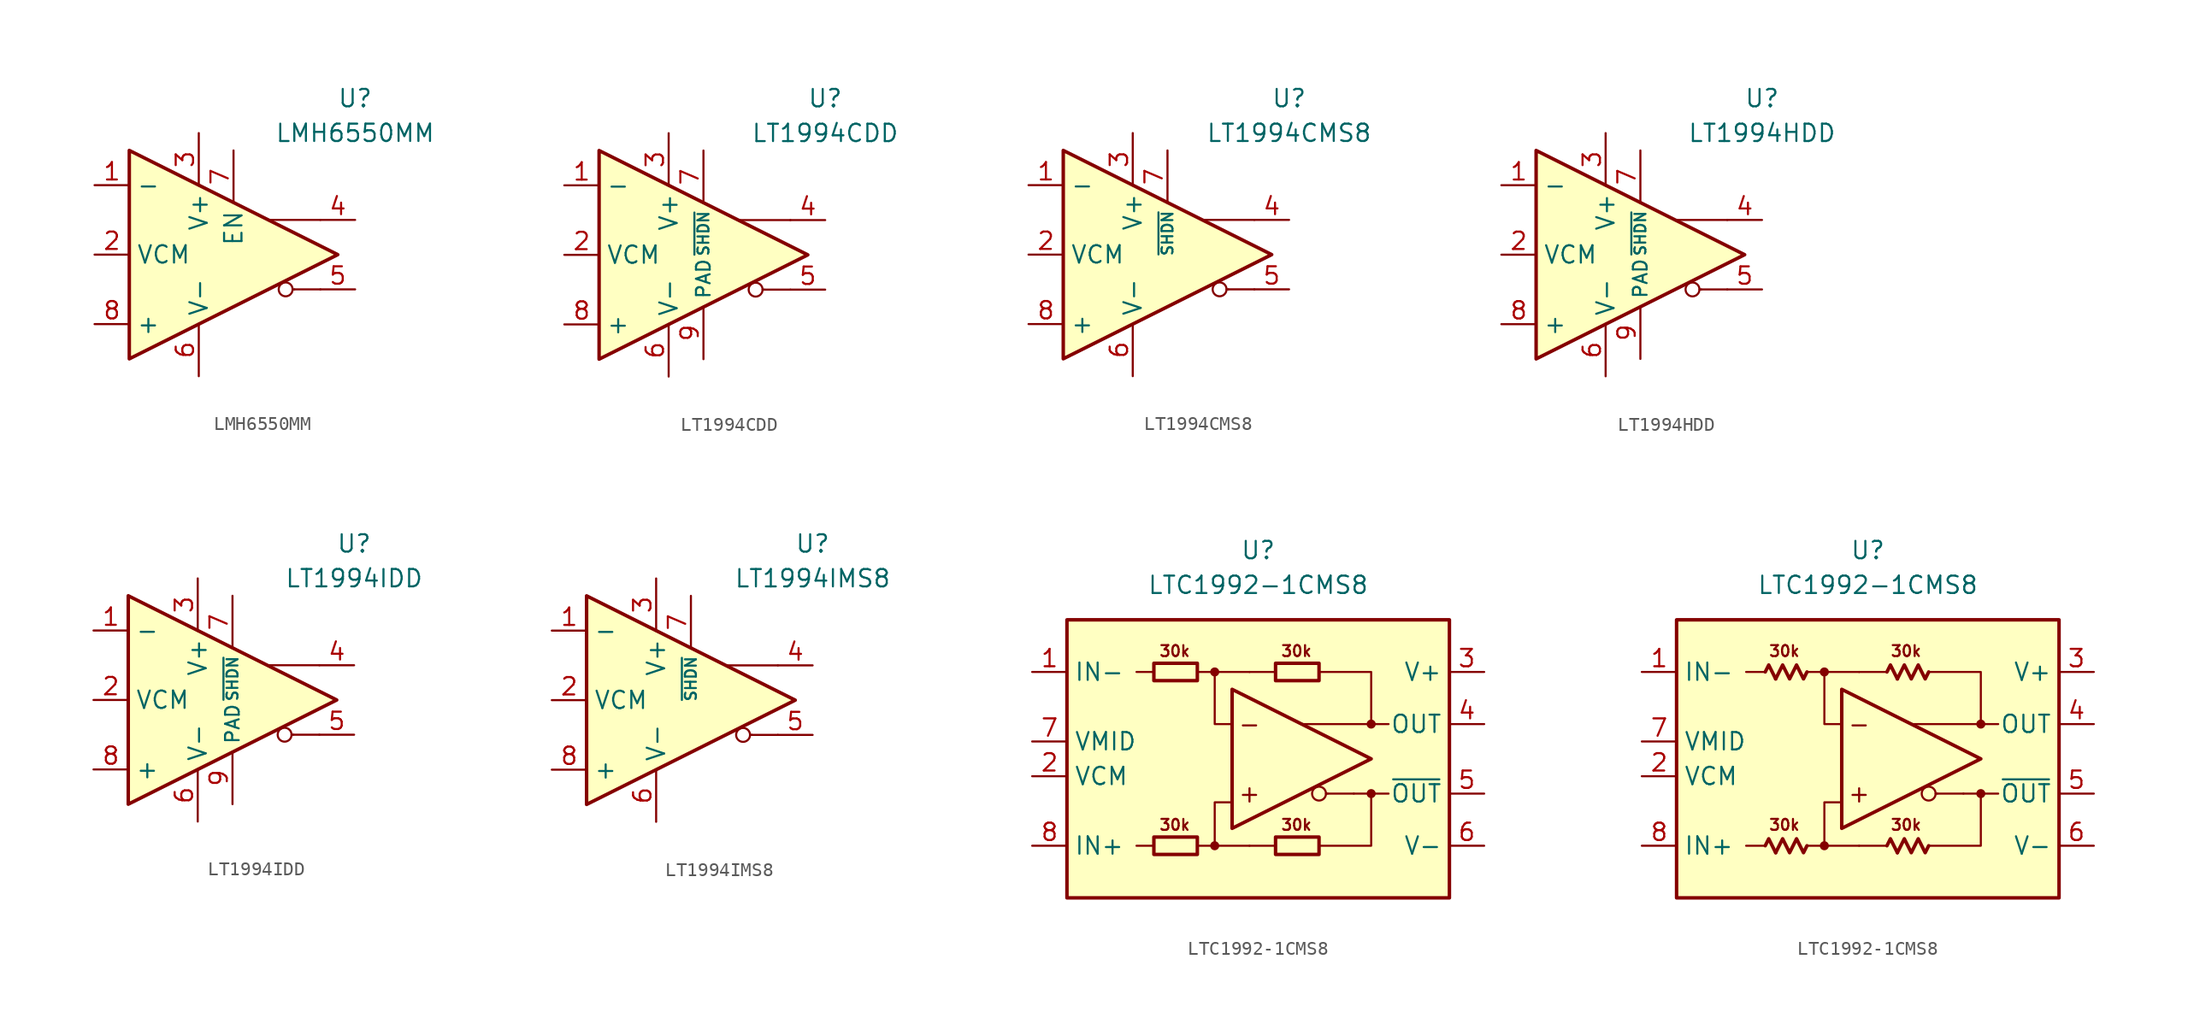
<source format=kicad_sym>
(kicad_symbol_lib
  (version 20231120)
  (generator "kicad_symbol_editor")
  (generator_version "8.0")
  (symbol "LMH6550MM"
    (property "Reference" "U"
      (at 8.89 11.43 0)
      (effects (font (size 1.27 1.27))))
    (property "Value" "LMH6550MM"
      (at 8.89 8.89 0)
      (effects (font (size 1.27 1.27))))
    (symbol "LMH6550MM_0_0"
      (polyline (pts (xy 4.445 -2.54) (xy 4.318 -2.54)) (stroke (width 0.152) (type default)) (fill (type none)))
      (polyline (pts (xy 6.35 -2.54) (xy 4.445 -2.54)) (stroke (width 0.152) (type default)) (fill (type none)))
      (polyline (pts (xy 6.35 2.54) (xy 2.54 2.54)) (stroke (width 0.152) (type default)) (fill (type none)))
      (circle (center 3.81 -2.54) (radius 0.508) (stroke (width 0.152) (type default)) (fill (type none))))
    (symbol "LMH6550MM_0_1"
      (polyline (pts (xy -7.62 7.62) (xy -7.62 -7.62) (xy 7.62 0) (xy -7.62 7.62)) (stroke (width 0.254) (type default)) (fill (type background))))
    (symbol "LMH6550MM_1_1"
      (pin input line (at -10.16 5.08 0) (length 2.54) (name "-" (effects (font (size 1.27 1.27)))) (number "1" (effects (font (size 1.27 1.27)))))
      (pin input line (at -10.16 0 0) (length 2.54) (name "VCM" (effects (font (size 1.27 1.27)))) (number "2" (effects (font (size 1.27 1.27)))))
      (pin power_in line (at -2.54 8.89 270) (length 3.84) (name "V+" (effects (font (size 1.27 1.27)))) (number "3" (effects (font (size 1.27 1.27)))))
      (pin output line (at 8.89 2.54 180) (length 2.54) (name "~" (effects (font (size 1.27 1.27)))) (number "4" (effects (font (size 1.27 1.27)))))
      (pin output line (at 8.89 -2.54 180) (length 2.54) (name "~" (effects (font (size 1.27 1.27)))) (number "5" (effects (font (size 1.27 1.27)))))
      (pin power_in line (at -2.54 -8.89 90) (length 3.84) (name "V-" (effects (font (size 1.27 1.27)))) (number "6" (effects (font (size 1.27 1.27)))))
      (pin input line (at 0 7.62 270) (length 3.84) (name "EN" (effects (font (size 1.27 1.27)))) (number "7" (effects (font (size 1.27 1.27)))))
      (pin input line (at -10.16 -5.08 0) (length 2.54) (name "+" (effects (font (size 1.27 1.27)))) (number "8" (effects (font (size 1.27 1.27)))))))
  (symbol "LT1994CDD"
    (property "Reference" "U"
      (at 8.89 11.43 0)
      (effects (font (size 1.27 1.27))))
    (property "Value" "LT1994CDD"
      (at 8.89 8.89 0)
      (effects (font (size 1.27 1.27))))
    (symbol "LT1994CDD_0_0"
      (polyline (pts (xy 4.445 -2.54) (xy 4.318 -2.54)) (stroke (width 0.152) (type default)) (fill (type none)))
      (polyline (pts (xy 6.35 -2.54) (xy 4.445 -2.54)) (stroke (width 0.152) (type default)) (fill (type none)))
      (polyline (pts (xy 6.35 2.54) (xy 2.54 2.54)) (stroke (width 0.152) (type default)) (fill (type none)))
      (circle (center 3.81 -2.54) (radius 0.508) (stroke (width 0.152) (type default)) (fill (type none))))
    (symbol "LT1994CDD_0_1"
      (polyline (pts (xy -7.62 7.62) (xy -7.62 -7.62) (xy 7.62 0) (xy -7.62 7.62)) (stroke (width 0.254) (type default)) (fill (type background))))
    (symbol "LT1994CDD_1_1"
      (pin input line (at -10.16 5.08 0) (length 2.54) (name "-" (effects (font (size 1.27 1.27)))) (number "1" (effects (font (size 1.27 1.27)))))
      (pin input line (at -10.16 0 0) (length 2.54) (name "VCM" (effects (font (size 1.27 1.27)))) (number "2" (effects (font (size 1.27 1.27)))))
      (pin power_in line (at -2.54 8.89 270) (length 3.84) (name "V+" (effects (font (size 1.27 1.27)))) (number "3" (effects (font (size 1.27 1.27)))))
      (pin output line (at 8.89 2.54 180) (length 2.54) (name "~" (effects (font (size 1.27 1.27)))) (number "4" (effects (font (size 1.27 1.27)))))
      (pin output line (at 8.89 -2.54 180) (length 2.54) (name "~" (effects (font (size 1.27 1.27)))) (number "5" (effects (font (size 1.27 1.27)))))
      (pin power_in line (at -2.54 -8.89 90) (length 3.84) (name "V-" (effects (font (size 1.27 1.27)))) (number "6" (effects (font (size 1.27 1.27)))))
      (pin input line (at 0 7.62 270) (length 3.84) (name "~{SHDN}" (effects (font (size 0.8 0.8)))) (number "7" (effects (font (size 1.27 1.27)))))
      (pin input line (at -10.16 -5.08 0) (length 2.54) (name "+" (effects (font (size 1.27 1.27)))) (number "8" (effects (font (size 1.27 1.27)))))
      (pin power_in line (at 0 -7.62 90) (length 3.84) (name "PAD" (effects (font (size 1 1)))) (number "9" (effects (font (size 1.27 1.27)))))))
  (symbol "LT1994CMS8"
    (property "Reference" "U"
      (at 8.89 11.43 0)
      (effects (font (size 1.27 1.27))))
    (property "Value" "LT1994CMS8"
      (at 8.89 8.89 0)
      (effects (font (size 1.27 1.27))))
    (symbol "LT1994CMS8_0_0"
      (polyline (pts (xy 4.445 -2.54) (xy 4.318 -2.54)) (stroke (width 0.152) (type default)) (fill (type none)))
      (polyline (pts (xy 6.35 -2.54) (xy 4.445 -2.54)) (stroke (width 0.152) (type default)) (fill (type none)))
      (polyline (pts (xy 6.35 2.54) (xy 2.54 2.54)) (stroke (width 0.152) (type default)) (fill (type none)))
      (circle (center 3.81 -2.54) (radius 0.508) (stroke (width 0.152) (type default)) (fill (type none))))
    (symbol "LT1994CMS8_0_1"
      (polyline (pts (xy -7.62 7.62) (xy -7.62 -7.62) (xy 7.62 0) (xy -7.62 7.62)) (stroke (width 0.254) (type default)) (fill (type background))))
    (symbol "LT1994CMS8_1_1"
      (pin input line (at -10.16 5.08 0) (length 2.54) (name "-" (effects (font (size 1.27 1.27)))) (number "1" (effects (font (size 1.27 1.27)))))
      (pin input line (at -10.16 0 0) (length 2.54) (name "VCM" (effects (font (size 1.27 1.27)))) (number "2" (effects (font (size 1.27 1.27)))))
      (pin power_in line (at -2.54 8.89 270) (length 3.84) (name "V+" (effects (font (size 1.27 1.27)))) (number "3" (effects (font (size 1.27 1.27)))))
      (pin output line (at 8.89 2.54 180) (length 2.54) (name "~" (effects (font (size 1.27 1.27)))) (number "4" (effects (font (size 1.27 1.27)))))
      (pin output line (at 8.89 -2.54 180) (length 2.54) (name "~" (effects (font (size 1.27 1.27)))) (number "5" (effects (font (size 1.27 1.27)))))
      (pin power_in line (at -2.54 -8.89 90) (length 3.84) (name "V-" (effects (font (size 1.27 1.27)))) (number "6" (effects (font (size 1.27 1.27)))))
      (pin input line (at 0 7.62 270) (length 3.84) (name "~{SHDN}" (effects (font (size 0.8 0.8)))) (number "7" (effects (font (size 1.27 1.27)))))
      (pin input line (at -10.16 -5.08 0) (length 2.54) (name "+" (effects (font (size 1.27 1.27)))) (number "8" (effects (font (size 1.27 1.27)))))))
  (symbol "LT1994HDD"
    (property "Reference" "U"
      (at 8.89 11.43 0)
      (effects (font (size 1.27 1.27))))
    (property "Value" "LT1994HDD"
      (at 8.89 8.89 0)
      (effects (font (size 1.27 1.27))))
    (symbol "LT1994HDD_0_0"
      (polyline (pts (xy 4.445 -2.54) (xy 4.318 -2.54)) (stroke (width 0.152) (type default)) (fill (type none)))
      (polyline (pts (xy 6.35 -2.54) (xy 4.445 -2.54)) (stroke (width 0.152) (type default)) (fill (type none)))
      (polyline (pts (xy 6.35 2.54) (xy 2.54 2.54)) (stroke (width 0.152) (type default)) (fill (type none)))
      (circle (center 3.81 -2.54) (radius 0.508) (stroke (width 0.152) (type default)) (fill (type none))))
    (symbol "LT1994HDD_0_1"
      (polyline (pts (xy -7.62 7.62) (xy -7.62 -7.62) (xy 7.62 0) (xy -7.62 7.62)) (stroke (width 0.254) (type default)) (fill (type background))))
    (symbol "LT1994HDD_1_1"
      (pin input line (at -10.16 5.08 0) (length 2.54) (name "-" (effects (font (size 1.27 1.27)))) (number "1" (effects (font (size 1.27 1.27)))))
      (pin input line (at -10.16 0 0) (length 2.54) (name "VCM" (effects (font (size 1.27 1.27)))) (number "2" (effects (font (size 1.27 1.27)))))
      (pin power_in line (at -2.54 8.89 270) (length 3.84) (name "V+" (effects (font (size 1.27 1.27)))) (number "3" (effects (font (size 1.27 1.27)))))
      (pin output line (at 8.89 2.54 180) (length 2.54) (name "~" (effects (font (size 1.27 1.27)))) (number "4" (effects (font (size 1.27 1.27)))))
      (pin output line (at 8.89 -2.54 180) (length 2.54) (name "~" (effects (font (size 1.27 1.27)))) (number "5" (effects (font (size 1.27 1.27)))))
      (pin power_in line (at -2.54 -8.89 90) (length 3.84) (name "V-" (effects (font (size 1.27 1.27)))) (number "6" (effects (font (size 1.27 1.27)))))
      (pin input line (at 0 7.62 270) (length 3.84) (name "~{SHDN}" (effects (font (size 0.8 0.8)))) (number "7" (effects (font (size 1.27 1.27)))))
      (pin input line (at -10.16 -5.08 0) (length 2.54) (name "+" (effects (font (size 1.27 1.27)))) (number "8" (effects (font (size 1.27 1.27)))))
      (pin power_in line (at 0 -7.62 90) (length 3.84) (name "PAD" (effects (font (size 1 1)))) (number "9" (effects (font (size 1.27 1.27)))))))
  (symbol "LT1994IDD"
    (property "Reference" "U"
      (at 8.89 11.43 0)
      (effects (font (size 1.27 1.27))))
    (property "Value" "LT1994IDD"
      (at 8.89 8.89 0)
      (effects (font (size 1.27 1.27))))
    (symbol "LT1994IDD_0_0"
      (polyline (pts (xy 4.445 -2.54) (xy 4.318 -2.54)) (stroke (width 0.152) (type default)) (fill (type none)))
      (polyline (pts (xy 6.35 -2.54) (xy 4.445 -2.54)) (stroke (width 0.152) (type default)) (fill (type none)))
      (polyline (pts (xy 6.35 2.54) (xy 2.54 2.54)) (stroke (width 0.152) (type default)) (fill (type none)))
      (circle (center 3.81 -2.54) (radius 0.508) (stroke (width 0.152) (type default)) (fill (type none))))
    (symbol "LT1994IDD_0_1"
      (polyline (pts (xy -7.62 7.62) (xy -7.62 -7.62) (xy 7.62 0) (xy -7.62 7.62)) (stroke (width 0.254) (type default)) (fill (type background))))
    (symbol "LT1994IDD_1_1"
      (pin input line (at -10.16 5.08 0) (length 2.54) (name "-" (effects (font (size 1.27 1.27)))) (number "1" (effects (font (size 1.27 1.27)))))
      (pin input line (at -10.16 0 0) (length 2.54) (name "VCM" (effects (font (size 1.27 1.27)))) (number "2" (effects (font (size 1.27 1.27)))))
      (pin power_in line (at -2.54 8.89 270) (length 3.84) (name "V+" (effects (font (size 1.27 1.27)))) (number "3" (effects (font (size 1.27 1.27)))))
      (pin output line (at 8.89 2.54 180) (length 2.54) (name "~" (effects (font (size 1.27 1.27)))) (number "4" (effects (font (size 1.27 1.27)))))
      (pin output line (at 8.89 -2.54 180) (length 2.54) (name "~" (effects (font (size 1.27 1.27)))) (number "5" (effects (font (size 1.27 1.27)))))
      (pin power_in line (at -2.54 -8.89 90) (length 3.84) (name "V-" (effects (font (size 1.27 1.27)))) (number "6" (effects (font (size 1.27 1.27)))))
      (pin input line (at 0 7.62 270) (length 3.84) (name "~{SHDN}" (effects (font (size 0.8 0.8)))) (number "7" (effects (font (size 1.27 1.27)))))
      (pin input line (at -10.16 -5.08 0) (length 2.54) (name "+" (effects (font (size 1.27 1.27)))) (number "8" (effects (font (size 1.27 1.27)))))
      (pin power_in line (at 0 -7.62 90) (length 3.84) (name "PAD" (effects (font (size 1 1)))) (number "9" (effects (font (size 1.27 1.27)))))))
  (symbol "LT1994IMS8"
    (property "Reference" "U"
      (at 8.89 11.43 0)
      (effects (font (size 1.27 1.27))))
    (property "Value" "LT1994IMS8"
      (at 8.89 8.89 0)
      (effects (font (size 1.27 1.27))))
    (symbol "LT1994IMS8_0_0"
      (polyline (pts (xy 4.445 -2.54) (xy 4.318 -2.54)) (stroke (width 0.152) (type default)) (fill (type none)))
      (polyline (pts (xy 6.35 -2.54) (xy 4.445 -2.54)) (stroke (width 0.152) (type default)) (fill (type none)))
      (polyline (pts (xy 6.35 2.54) (xy 2.54 2.54)) (stroke (width 0.152) (type default)) (fill (type none)))
      (circle (center 3.81 -2.54) (radius 0.508) (stroke (width 0.152) (type default)) (fill (type none))))
    (symbol "LT1994IMS8_0_1"
      (polyline (pts (xy -7.62 7.62) (xy -7.62 -7.62) (xy 7.62 0) (xy -7.62 7.62)) (stroke (width 0.254) (type default)) (fill (type background))))
    (symbol "LT1994IMS8_1_1"
      (pin input line (at -10.16 5.08 0) (length 2.54) (name "-" (effects (font (size 1.27 1.27)))) (number "1" (effects (font (size 1.27 1.27)))))
      (pin input line (at -10.16 0 0) (length 2.54) (name "VCM" (effects (font (size 1.27 1.27)))) (number "2" (effects (font (size 1.27 1.27)))))
      (pin power_in line (at -2.54 8.89 270) (length 3.84) (name "V+" (effects (font (size 1.27 1.27)))) (number "3" (effects (font (size 1.27 1.27)))))
      (pin output line (at 8.89 2.54 180) (length 2.54) (name "~" (effects (font (size 1.27 1.27)))) (number "4" (effects (font (size 1.27 1.27)))))
      (pin output line (at 8.89 -2.54 180) (length 2.54) (name "~" (effects (font (size 1.27 1.27)))) (number "5" (effects (font (size 1.27 1.27)))))
      (pin power_in line (at -2.54 -8.89 90) (length 3.84) (name "V-" (effects (font (size 1.27 1.27)))) (number "6" (effects (font (size 1.27 1.27)))))
      (pin input line (at 0 7.62 270) (length 3.84) (name "~{SHDN}" (effects (font (size 0.8 0.8)))) (number "7" (effects (font (size 1.27 1.27)))))
      (pin input line (at -10.16 -5.08 0) (length 2.54) (name "+" (effects (font (size 1.27 1.27)))) (number "8" (effects (font (size 1.27 1.27)))))))
  (symbol "LTC1992-1CMS8"
    (property "Reference" "U"
      (at 0 15.24 0)
      (effects (font (size 1.27 1.27))))
    (property "Value" "LTC1992-1CMS8"
      (at 0 12.7 0)
      (effects (font (size 1.27 1.27))))
    (symbol "LTC1992-1CMS8_0_0"
      (rectangle (start -13.97 10.16) (end 13.97 -10.16) (stroke (width 0.254) (type default)) (fill (type background)))
      (circle (center -3.175 -6.35) (radius 0.254) (stroke (width 0.152) (type default)) (fill (type outline)))
      (circle (center -3.175 6.35) (radius 0.254) (stroke (width 0.152) (type default)) (fill (type outline)))
      (polyline (pts (xy -7.62 -6.35) (xy -8.89 -6.35)) (stroke (width 0.152) (type default)) (fill (type none)))
      (polyline (pts (xy -7.62 6.35) (xy -8.89 6.35)) (stroke (width 0.152) (type default)) (fill (type none)))
      (polyline (pts (xy -3.175 6.35) (xy -0.635 6.35)) (stroke (width 0.152) (type default)) (fill (type none)))
      (polyline (pts (xy -0.635 -6.35) (xy -3.175 -6.35)) (stroke (width 0.152) (type default)) (fill (type none)))
      (polyline (pts (xy 1.27 -6.35) (xy -0.635 -6.35)) (stroke (width 0.152) (type default)) (fill (type none)))
      (polyline (pts (xy 1.27 6.35) (xy -0.635 6.35)) (stroke (width 0.152) (type default)) (fill (type none)))
      (polyline (pts (xy 5.08 -2.54) (xy 4.953 -2.54)) (stroke (width 0.152) (type default)) (fill (type none)))
      (polyline (pts (xy 6.985 -2.54) (xy 5.08 -2.54)) (stroke (width 0.152) (type default)) (fill (type none)))
      (polyline (pts (xy 8.255 -2.54) (xy 9.525 -2.54)) (stroke (width 0.152) (type default)) (fill (type none)))
      (polyline (pts (xy 8.255 2.54) (xy 9.525 2.54)) (stroke (width 0.152) (type default)) (fill (type none)))
      (polyline (pts (xy -4.445 -6.35) (xy -3.175 -6.35) (xy -3.175 -3.175) (xy -1.905 -3.175)) (stroke (width 0.152) (type default)) (fill (type none)))
      (polyline (pts (xy -1.905 2.54) (xy -3.175 2.54) (xy -3.175 6.35) (xy -4.445 6.35)) (stroke (width 0.152) (type default)) (fill (type none)))
      (polyline (pts (xy 4.445 6.35) (xy 8.255 6.35) (xy 8.255 2.54) (xy 3.175 2.54)) (stroke (width 0.152) (type default)) (fill (type none)))
      (polyline (pts (xy 6.985 -2.54) (xy 8.255 -2.54) (xy 8.255 -6.35) (xy 4.445 -6.35)) (stroke (width 0.152) (type default)) (fill (type none)))
      (circle (center 4.445 -2.54) (radius 0.508) (stroke (width 0.152) (type default)) (fill (type none)))
      (circle (center 8.255 -2.54) (radius 0.254) (stroke (width 0.152) (type default)) (fill (type outline)))
      (circle (center 8.255 2.54) (radius 0.254) (stroke (width 0.152) (type default)) (fill (type outline)))
      (text "+" (at -0.635 -2.54 0) (effects (font (size 1.27 1.27))))
      (text "-" (at -0.635 2.54 0) (effects (font (size 1.27 1.27)))))
    (symbol "LTC1992-1CMS8_0_1"
      (rectangle (start -7.62 -5.715) (end -4.445 -6.985) (stroke (width 0.254) (type default)) (fill (type none)))
      (rectangle (start -7.62 6.985) (end -4.445 5.715) (stroke (width 0.254) (type default)) (fill (type none)))
      (rectangle (start 1.27 -5.715) (end 4.445 -6.985) (stroke (width 0.254) (type default)) (fill (type none)))
      (rectangle (start 1.27 6.985) (end 4.445 5.715) (stroke (width 0.254) (type default)) (fill (type none))))
    (symbol "LTC1992-1CMS8_0_2"
      (polyline (pts (xy -6.731 -6.858) (xy -7.239 -5.842) (xy -7.493 -6.35)) (stroke (width 0.254) (type default)) (fill (type none)))
      (polyline (pts (xy -6.731 5.842) (xy -7.239 6.858) (xy -7.493 6.35)) (stroke (width 0.254) (type default)) (fill (type none)))
      (polyline (pts (xy 2.159 -6.858) (xy 1.651 -5.842) (xy 1.397 -6.35)) (stroke (width 0.254) (type default)) (fill (type none)))
      (polyline (pts (xy 2.159 5.842) (xy 1.651 6.858) (xy 1.397 6.35)) (stroke (width 0.254) (type default)) (fill (type none)))
      (polyline (pts (xy -4.445 -6.35) (xy -4.699 -6.858) (xy -5.207 -5.842) (xy -5.715 -6.858) (xy -6.223 -5.842) (xy -6.731 -6.858)) (stroke (width 0.254) (type default)) (fill (type none)))
      (polyline (pts (xy -4.445 6.35) (xy -4.699 5.842) (xy -5.207 6.858) (xy -5.715 5.842) (xy -6.223 6.858) (xy -6.731 5.842)) (stroke (width 0.254) (type default)) (fill (type none)))
      (polyline (pts (xy 4.445 -6.35) (xy 4.191 -6.858) (xy 3.683 -5.842) (xy 3.175 -6.858) (xy 2.667 -5.842) (xy 2.159 -6.858)) (stroke (width 0.254) (type default)) (fill (type none)))
      (polyline (pts (xy 4.445 6.35) (xy 4.191 5.842) (xy 3.683 6.858) (xy 3.175 5.842) (xy 2.667 6.858) (xy 2.159 5.842)) (stroke (width 0.254) (type default)) (fill (type none))))
    (symbol "LTC1992-1CMS8_1_0"
      (polyline (pts (xy -1.905 5.08) (xy -1.905 -5.08) (xy 8.255 0) (xy -1.905 5.08)) (stroke (width 0.254) (type default)) (fill (type none)))
      (text "30k" (at -6.096 -4.826 0) (effects (font (size 0.8 0.8))))
      (text "30k" (at -6.096 7.874 0) (effects (font (size 0.8 0.8))))
      (text "30k" (at 2.794 -4.826 0) (effects (font (size 0.8 0.8))))
      (text "30k" (at 2.794 7.874 0) (effects (font (size 0.8 0.8)))))
    (symbol "LTC1992-1CMS8_1_1"
      (pin input line (at -16.51 6.35 0) (length 2.54) (name "IN-" (effects (font (size 1.27 1.27)))) (number "1" (effects (font (size 1.27 1.27)))))
      (pin input line (at -16.51 -1.27 0) (length 2.54) (name "VCM" (effects (font (size 1.27 1.27)))) (number "2" (effects (font (size 1.27 1.27)))))
      (pin power_in line (at 16.51 6.35 180) (length 2.54) (name "V+" (effects (font (size 1.27 1.27)))) (number "3" (effects (font (size 1.27 1.27)))))
      (pin output line (at 16.51 2.54 180) (length 2.54) (name "OUT" (effects (font (size 1.27 1.27)))) (number "4" (effects (font (size 1.27 1.27)))))
      (pin output line (at 16.51 -2.54 180) (length 2.54) (name "~{OUT}" (effects (font (size 1.27 1.27)))) (number "5" (effects (font (size 1.27 1.27)))))
      (pin power_in line (at 16.51 -6.35 180) (length 2.54) (name "V-" (effects (font (size 1.27 1.27)))) (number "6" (effects (font (size 1.27 1.27)))))
      (pin output line (at -16.51 1.27 0) (length 2.54) (name "VMID" (effects (font (size 1.27 1.27)))) (number "7" (effects (font (size 1.27 1.27)))))
      (pin input line (at -16.51 -6.35 0) (length 2.54) (name "IN+" (effects (font (size 1.27 1.27)))) (number "8" (effects (font (size 1.27 1.27))))))
    (symbol "LTC1992-1CMS8_1_2"
      (pin input line (at -16.51 6.35 0) (length 2.54) (name "IN-" (effects (font (size 1.27 1.27)))) (number "1" (effects (font (size 1.27 1.27)))))
      (pin input line (at -16.51 -1.27 0) (length 2.54) (name "VCM" (effects (font (size 1.27 1.27)))) (number "2" (effects (font (size 1.27 1.27)))))
      (pin power_in line (at 16.51 6.35 180) (length 2.54) (name "V+" (effects (font (size 1.27 1.27)))) (number "3" (effects (font (size 1.27 1.27)))))
      (pin output line (at 16.51 2.54 180) (length 2.54) (name "OUT" (effects (font (size 1.27 1.27)))) (number "4" (effects (font (size 1.27 1.27)))))
      (pin output line (at 16.51 -2.54 180) (length 2.54) (name "~{OUT}" (effects (font (size 1.27 1.27)))) (number "5" (effects (font (size 1.27 1.27)))))
      (pin power_in line (at 16.51 -6.35 180) (length 2.54) (name "V-" (effects (font (size 1.27 1.27)))) (number "6" (effects (font (size 1.27 1.27)))))
      (pin output line (at -16.51 1.27 0) (length 2.54) (name "VMID" (effects (font (size 1.27 1.27)))) (number "7" (effects (font (size 1.27 1.27)))))
      (pin input line (at -16.51 -6.35 0) (length 2.54) (name "IN+" (effects (font (size 1.27 1.27)))) (number "8" (effects (font (size 1.27 1.27))))))))
</source>
